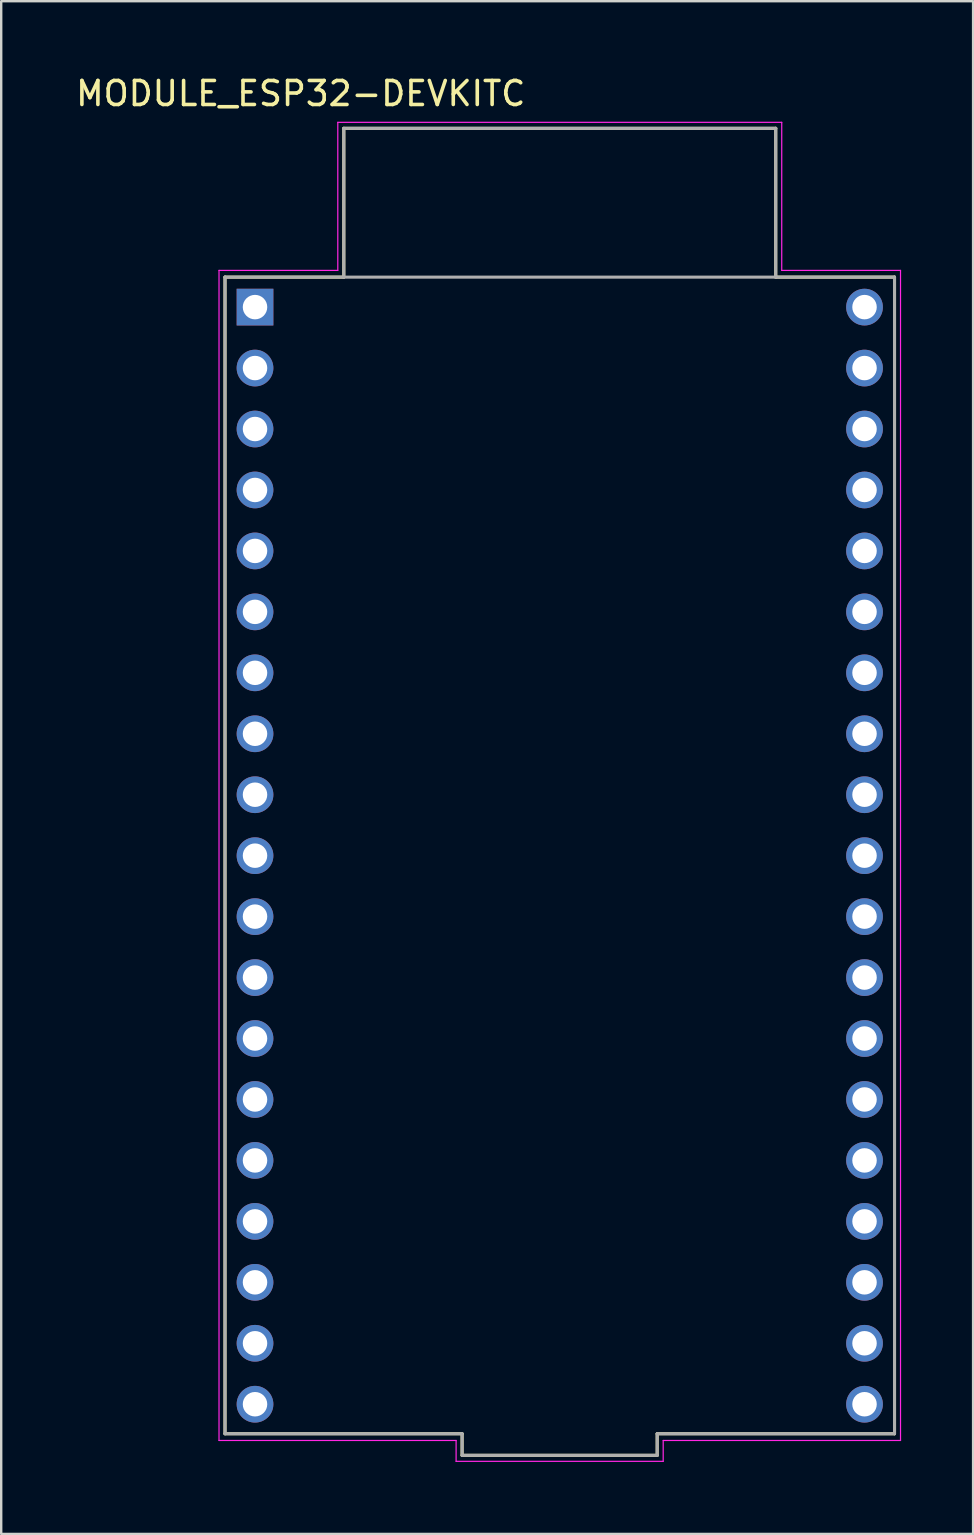
<source format=kicad_pcb>
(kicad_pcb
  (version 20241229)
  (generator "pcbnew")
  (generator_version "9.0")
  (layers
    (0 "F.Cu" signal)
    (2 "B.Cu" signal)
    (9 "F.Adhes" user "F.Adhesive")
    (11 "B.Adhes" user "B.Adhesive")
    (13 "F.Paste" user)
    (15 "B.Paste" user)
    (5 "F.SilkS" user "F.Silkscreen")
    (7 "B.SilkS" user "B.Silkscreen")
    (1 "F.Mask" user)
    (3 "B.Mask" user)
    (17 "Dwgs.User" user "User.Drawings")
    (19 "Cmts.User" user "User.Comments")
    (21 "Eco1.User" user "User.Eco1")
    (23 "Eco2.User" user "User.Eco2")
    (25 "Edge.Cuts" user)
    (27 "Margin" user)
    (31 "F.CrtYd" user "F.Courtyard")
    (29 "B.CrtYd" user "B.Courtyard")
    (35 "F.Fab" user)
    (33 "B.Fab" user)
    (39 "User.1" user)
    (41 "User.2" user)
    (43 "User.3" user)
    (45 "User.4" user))
  (footprint "MODULE_ESP32-DEVKITC"
    (layer "F.Cu")
    (at 20.277 32.598)
    (property "Reference" "MODULE_ESP32-DEVKITC" (at -10.795 -31.75 0) (layer "F.SilkS") (effects (font (size 1 1) (thickness 0.15))))
    (attr through_hole)
    (fp_line (start -13.95 -24.1) (end -13.95 24.1) (stroke (width 0.127) (type solid)) (layer "F.SilkS"))
    (fp_line (start -13.95 24.1) (end -4.07 24.1) (stroke (width 0.127) (type solid)) (layer "F.SilkS"))
    (fp_line (start -9 -30.3) (end 9 -30.3) (stroke (width 0.127) (type solid)) (layer "F.SilkS"))
    (fp_line (start -9 -24.1) (end -13.95 -24.1) (stroke (width 0.127) (type solid)) (layer "F.SilkS"))
    (fp_line (start -9 -24.1) (end -9 -30.3) (stroke (width 0.127) (type solid)) (layer "F.SilkS"))
    (fp_line (start -4.07 24.1) (end -4.07 25) (stroke (width 0.127) (type solid)) (layer "F.SilkS"))
    (fp_line (start -4.07 25) (end 4.06 25) (stroke (width 0.127) (type solid)) (layer "F.SilkS"))
    (fp_line (start 4.06 24.1) (end 13.95 24.1) (stroke (width 0.127) (type solid)) (layer "F.SilkS"))
    (fp_line (start 4.06 25) (end 4.06 24.1) (stroke (width 0.127) (type solid)) (layer "F.SilkS"))
    (fp_line (start 9 -30.3) (end 9 -24.1) (stroke (width 0.127) (type solid)) (layer "F.SilkS"))
    (fp_line (start 13.95 -24.1) (end 9 -24.1) (stroke (width 0.127) (type solid)) (layer "F.SilkS"))
    (fp_line (start 13.95 24.1) (end 13.95 -24.1) (stroke (width 0.127) (type solid)) (layer "F.SilkS"))
    (fp_line (start -14.2 -24.38) (end -14.2 24.38) (stroke (width 0.05) (type solid)) (layer "F.CrtYd"))
    (fp_line (start -14.2 24.38) (end -4.32 24.38) (stroke (width 0.05) (type solid)) (layer "F.CrtYd"))
    (fp_line (start -9.25 -30.55) (end 9.25 -30.55) (stroke (width 0.05) (type solid)) (layer "F.CrtYd"))
    (fp_line (start -9.25 -24.38) (end -14.2 -24.38) (stroke (width 0.05) (type solid)) (layer "F.CrtYd"))
    (fp_line (start -9.25 -24.38) (end -9.25 -30.55) (stroke (width 0.05) (type solid)) (layer "F.CrtYd"))
    (fp_line (start -4.32 24.38) (end -4.32 25.25) (stroke (width 0.05) (type solid)) (layer "F.CrtYd"))
    (fp_line (start -4.32 25.25) (end 4.31 25.25) (stroke (width 0.05) (type solid)) (layer "F.CrtYd"))
    (fp_line (start 4.31 24.38) (end 14.2 24.38) (stroke (width 0.05) (type solid)) (layer "F.CrtYd"))
    (fp_line (start 4.31 25.25) (end 4.31 24.38) (stroke (width 0.05) (type solid)) (layer "F.CrtYd"))
    (fp_line (start 9.25 -30.55) (end 9.25 -24.38) (stroke (width 0.05) (type solid)) (layer "F.CrtYd"))
    (fp_line (start 14.2 -24.38) (end 9.25 -24.38) (stroke (width 0.05) (type solid)) (layer "F.CrtYd"))
    (fp_line (start 14.2 24.38) (end 14.2 -24.38) (stroke (width 0.05) (type solid)) (layer "F.CrtYd"))
    (fp_line (start -13.95 -24.1) (end -13.95 24.1) (stroke (width 0.127) (type solid)) (layer "F.Fab"))
    (fp_line (start -13.95 24.1) (end -4.07 24.1) (stroke (width 0.127) (type solid)) (layer "F.Fab"))
    (fp_line (start -9 -30.3) (end 9 -30.3) (stroke (width 0.127) (type solid)) (layer "F.Fab"))
    (fp_line (start -9 -24.1) (end -13.95 -24.1) (stroke (width 0.127) (type solid)) (layer "F.Fab"))
    (fp_line (start -9 -24.1) (end -9 -30.3) (stroke (width 0.127) (type solid)) (layer "F.Fab"))
    (fp_line (start -4.07 24.1) (end -4.07 25) (stroke (width 0.127) (type solid)) (layer "F.Fab"))
    (fp_line (start -4.07 25) (end 4.06 25) (stroke (width 0.127) (type solid)) (layer "F.Fab"))
    (fp_line (start 4.06 24.1) (end 13.95 24.1) (stroke (width 0.127) (type solid)) (layer "F.Fab"))
    (fp_line (start 4.06 25) (end 4.06 24.1) (stroke (width 0.127) (type solid)) (layer "F.Fab"))
    (fp_line (start 9 -30.3) (end 9 -24.1) (stroke (width 0.127) (type solid)) (layer "F.Fab"))
    (fp_line (start 9 -24.1) (end -9 -24.1) (stroke (width 0.127) (type solid)) (layer "F.Fab"))
    (fp_line (start 13.95 -24.1) (end 9 -24.1) (stroke (width 0.127) (type solid)) (layer "F.Fab"))
    (fp_line (start 13.95 24.1) (end 13.95 -24.1) (stroke (width 0.127) (type solid)) (layer "F.Fab"))
    (pad "1" thru_hole rect (at -12.7 -22.85) (size 1.53 1.53) (drill 1.02) (layers "*.Cu" "*.Mask"))
    (pad "2" thru_hole circle (at -12.7 -20.31) (size 1.53 1.53) (drill 1.02) (layers "*.Cu" "*.Mask"))
    (pad "3" thru_hole circle (at -12.7 -17.77) (size 1.53 1.53) (drill 1.02) (layers "*.Cu" "*.Mask"))
    (pad "4" thru_hole circle (at -12.7 -15.23) (size 1.53 1.53) (drill 1.02) (layers "*.Cu" "*.Mask"))
    (pad "5" thru_hole circle (at -12.7 -12.69) (size 1.53 1.53) (drill 1.02) (layers "*.Cu" "*.Mask"))
    (pad "6" thru_hole circle (at -12.7 -10.15) (size 1.53 1.53) (drill 1.02) (layers "*.Cu" "*.Mask"))
    (pad "7" thru_hole circle (at -12.7 -7.61) (size 1.53 1.53) (drill 1.02) (layers "*.Cu" "*.Mask"))
    (pad "8" thru_hole circle (at -12.7 -5.07) (size 1.53 1.53) (drill 1.02) (layers "*.Cu" "*.Mask"))
    (pad "9" thru_hole circle (at -12.7 -2.53) (size 1.53 1.53) (drill 1.02) (layers "*.Cu" "*.Mask"))
    (pad "10" thru_hole circle (at -12.7 0.01) (size 1.53 1.53) (drill 1.02) (layers "*.Cu" "*.Mask"))
    (pad "11" thru_hole circle (at -12.7 2.55) (size 1.53 1.53) (drill 1.02) (layers "*.Cu" "*.Mask"))
    (pad "12" thru_hole circle (at -12.7 5.09) (size 1.53 1.53) (drill 1.02) (layers "*.Cu" "*.Mask"))
    (pad "13" thru_hole circle (at -12.7 7.63) (size 1.53 1.53) (drill 1.02) (layers "*.Cu" "*.Mask"))
    (pad "14" thru_hole circle (at -12.7 10.17) (size 1.53 1.53) (drill 1.02) (layers "*.Cu" "*.Mask"))
    (pad "15" thru_hole circle (at -12.7 12.71) (size 1.53 1.53) (drill 1.02) (layers "*.Cu" "*.Mask"))
    (pad "16" thru_hole circle (at -12.7 15.25) (size 1.53 1.53) (drill 1.02) (layers "*.Cu" "*.Mask"))
    (pad "17" thru_hole circle (at -12.7 17.79) (size 1.53 1.53) (drill 1.02) (layers "*.Cu" "*.Mask"))
    (pad "18" thru_hole circle (at -12.7 20.33) (size 1.53 1.53) (drill 1.02) (layers "*.Cu" "*.Mask"))
    (pad "19" thru_hole circle (at -12.7 22.87) (size 1.53 1.53) (drill 1.02) (layers "*.Cu" "*.Mask"))
    (pad "20" thru_hole circle (at 12.7 22.87) (size 1.53 1.53) (drill 1.02) (layers "*.Cu" "*.Mask"))
    (pad "21" thru_hole circle (at 12.7 20.33) (size 1.53 1.53) (drill 1.02) (layers "*.Cu" "*.Mask"))
    (pad "22" thru_hole circle (at 12.7 17.79) (size 1.53 1.53) (drill 1.02) (layers "*.Cu" "*.Mask"))
    (pad "23" thru_hole circle (at 12.7 15.25) (size 1.53 1.53) (drill 1.02) (layers "*.Cu" "*.Mask"))
    (pad "24" thru_hole circle (at 12.7 12.71) (size 1.53 1.53) (drill 1.02) (layers "*.Cu" "*.Mask"))
    (pad "25" thru_hole circle (at 12.7 10.17) (size 1.53 1.53) (drill 1.02) (layers "*.Cu" "*.Mask"))
    (pad "26" thru_hole circle (at 12.7 7.63) (size 1.53 1.53) (drill 1.02) (layers "*.Cu" "*.Mask"))
    (pad "27" thru_hole circle (at 12.7 5.09) (size 1.53 1.53) (drill 1.02) (layers "*.Cu" "*.Mask"))
    (pad "28" thru_hole circle (at 12.7 2.55) (size 1.53 1.53) (drill 1.02) (layers "*.Cu" "*.Mask"))
    (pad "29" thru_hole circle (at 12.7 0.01) (size 1.53 1.53) (drill 1.02) (layers "*.Cu" "*.Mask"))
    (pad "30" thru_hole circle (at 12.7 -2.53) (size 1.53 1.53) (drill 1.02) (layers "*.Cu" "*.Mask"))
    (pad "31" thru_hole circle (at 12.7 -5.07) (size 1.53 1.53) (drill 1.02) (layers "*.Cu" "*.Mask"))
    (pad "32" thru_hole circle (at 12.7 -7.61) (size 1.53 1.53) (drill 1.02) (layers "*.Cu" "*.Mask"))
    (pad "33" thru_hole circle (at 12.7 -10.15) (size 1.53 1.53) (drill 1.02) (layers "*.Cu" "*.Mask"))
    (pad "34" thru_hole circle (at 12.7 -12.69) (size 1.53 1.53) (drill 1.02) (layers "*.Cu" "*.Mask"))
    (pad "35" thru_hole circle (at 12.7 -15.23) (size 1.53 1.53) (drill 1.02) (layers "*.Cu" "*.Mask"))
    (pad "36" thru_hole circle (at 12.7 -17.77) (size 1.53 1.53) (drill 1.02) (layers "*.Cu" "*.Mask"))
    (pad "37" thru_hole circle (at 12.7 -20.31) (size 1.53 1.53) (drill 1.02) (layers "*.Cu" "*.Mask"))
    (pad "38" thru_hole circle (at 12.7 -22.85) (size 1.53 1.53) (drill 1.02) (layers "*.Cu" "*.Mask")))
  (gr_rect
    (start -3 -3)
    (end 37.502 60.873)
    (stroke (width 0.1) (type default))
    (fill no)
    (layer "Edge.Cuts")))
</source>
